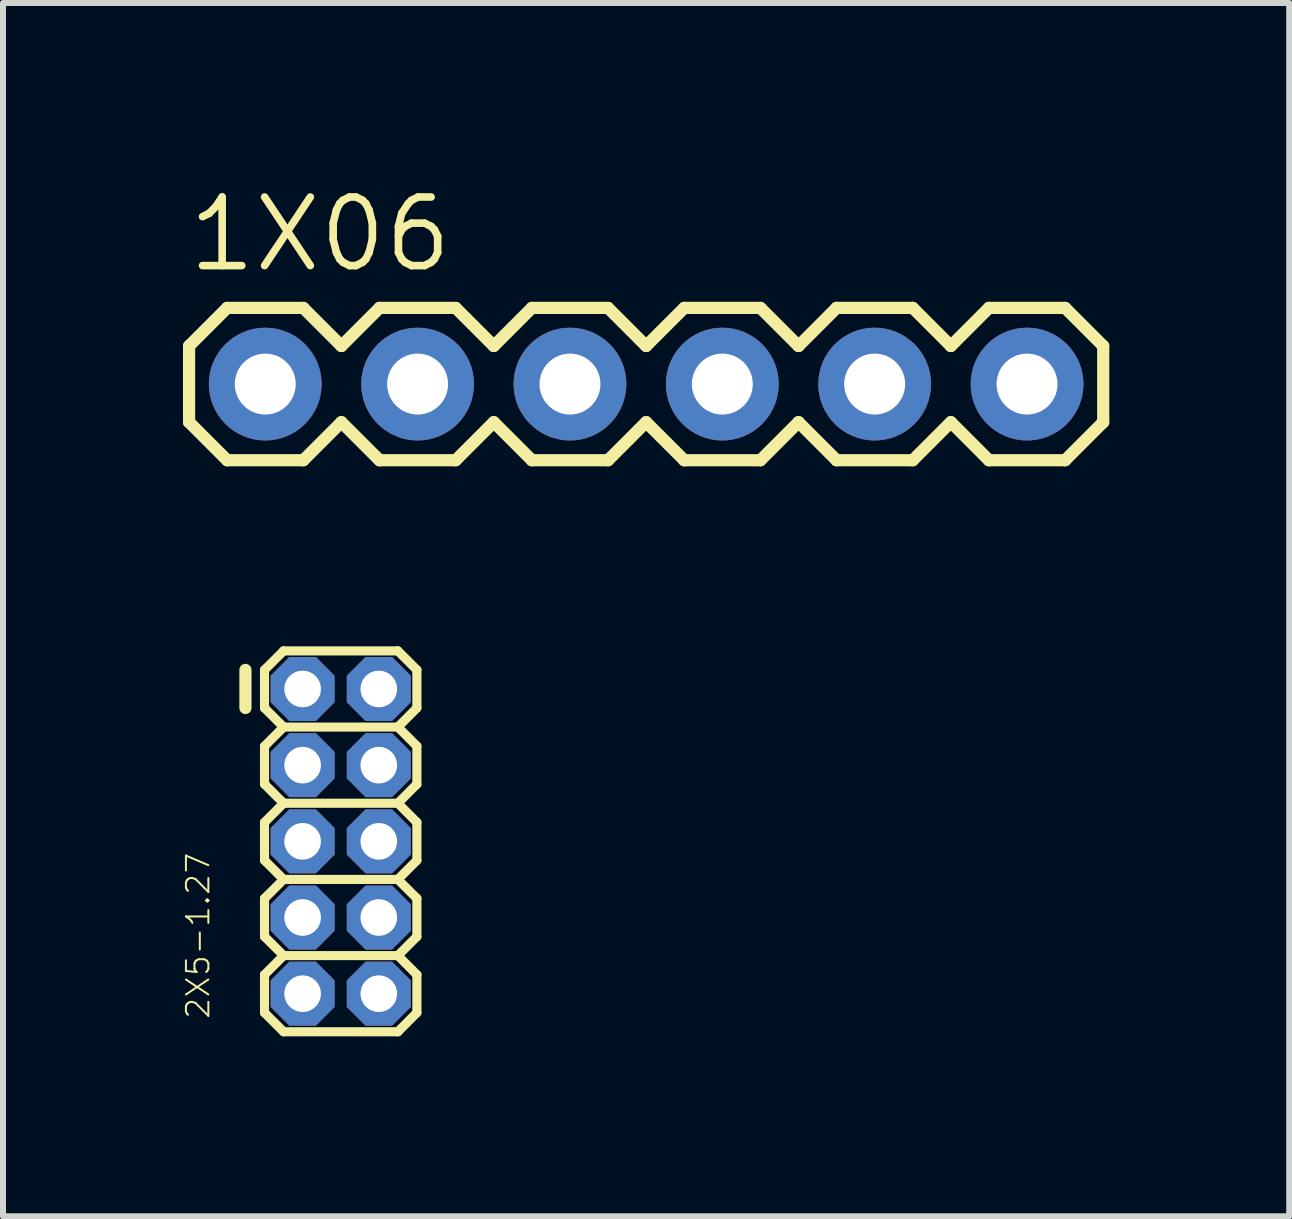
<source format=kicad_pcb>
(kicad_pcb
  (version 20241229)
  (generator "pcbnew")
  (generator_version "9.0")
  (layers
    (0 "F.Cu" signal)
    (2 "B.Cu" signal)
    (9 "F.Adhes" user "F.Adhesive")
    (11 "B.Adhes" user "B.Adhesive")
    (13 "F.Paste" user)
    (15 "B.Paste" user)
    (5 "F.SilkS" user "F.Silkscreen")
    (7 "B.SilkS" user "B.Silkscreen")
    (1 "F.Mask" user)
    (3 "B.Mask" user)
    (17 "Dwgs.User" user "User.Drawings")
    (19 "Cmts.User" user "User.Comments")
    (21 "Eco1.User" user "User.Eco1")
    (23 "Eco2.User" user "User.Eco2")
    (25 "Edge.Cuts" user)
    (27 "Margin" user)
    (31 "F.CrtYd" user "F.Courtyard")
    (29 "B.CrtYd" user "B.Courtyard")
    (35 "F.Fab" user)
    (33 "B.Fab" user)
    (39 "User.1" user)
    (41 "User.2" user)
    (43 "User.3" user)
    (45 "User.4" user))
  (footprint "2X5-1.27"
    (layer "F.Cu")
    (at 3.265 12.246)
    (property "Reference" "2X5-1.27" (at -2.794 1.714 90) (layer "F.SilkS") (effects (font (size 0.374 0.374) (thickness 0.033)) (justify left bottom)))
    (fp_line (start -2.223 -4.128) (end -2.223 -3.493) (stroke (width 0.203) (type solid)) (layer "F.SilkS"))
    (fp_line (start -1.905 -4.128) (end -1.905 -3.493) (stroke (width 0.152) (type solid)) (layer "F.SilkS"))
    (fp_line (start -1.905 -3.493) (end -1.587 -3.175) (stroke (width 0.152) (type solid)) (layer "F.SilkS"))
    (fp_line (start -1.905 -2.857) (end -1.905 -2.223) (stroke (width 0.152) (type solid)) (layer "F.SilkS"))
    (fp_line (start -1.905 -2.223) (end -1.587 -1.905) (stroke (width 0.152) (type solid)) (layer "F.SilkS"))
    (fp_line (start -1.905 -1.587) (end -1.905 -0.953) (stroke (width 0.152) (type solid)) (layer "F.SilkS"))
    (fp_line (start -1.905 -0.953) (end -1.587 -0.635) (stroke (width 0.152) (type solid)) (layer "F.SilkS"))
    (fp_line (start -1.905 -0.318) (end -1.905 0.318) (stroke (width 0.152) (type solid)) (layer "F.SilkS"))
    (fp_line (start -1.905 0.318) (end -1.587 0.635) (stroke (width 0.152) (type solid)) (layer "F.SilkS"))
    (fp_line (start -1.905 0.953) (end -1.905 1.587) (stroke (width 0.152) (type solid)) (layer "F.SilkS"))
    (fp_line (start -1.905 1.587) (end -1.587 1.905) (stroke (width 0.152) (type solid)) (layer "F.SilkS"))
    (fp_line (start -1.587 -4.445) (end -1.905 -4.128) (stroke (width 0.152) (type solid)) (layer "F.SilkS"))
    (fp_line (start -1.587 -4.445) (end 0.318 -4.445) (stroke (width 0.152) (type solid)) (layer "F.SilkS"))
    (fp_line (start -1.587 -3.175) (end -1.905 -2.857) (stroke (width 0.152) (type solid)) (layer "F.SilkS"))
    (fp_line (start -1.587 -1.905) (end -1.905 -1.587) (stroke (width 0.152) (type solid)) (layer "F.SilkS"))
    (fp_line (start -1.587 -0.635) (end -1.905 -0.318) (stroke (width 0.152) (type solid)) (layer "F.SilkS"))
    (fp_line (start -1.587 0.635) (end -1.905 0.953) (stroke (width 0.152) (type solid)) (layer "F.SilkS"))
    (fp_line (start 0.318 -4.445) (end 0.635 -4.128) (stroke (width 0.152) (type solid)) (layer "F.SilkS"))
    (fp_line (start 0.318 -3.175) (end -1.587 -3.175) (stroke (width 0.152) (type solid)) (layer "F.SilkS"))
    (fp_line (start 0.318 -3.175) (end 0.635 -2.857) (stroke (width 0.152) (type solid)) (layer "F.SilkS"))
    (fp_line (start 0.318 -1.905) (end -1.587 -1.905) (stroke (width 0.152) (type solid)) (layer "F.SilkS"))
    (fp_line (start 0.318 -1.905) (end 0.635 -1.587) (stroke (width 0.152) (type solid)) (layer "F.SilkS"))
    (fp_line (start 0.318 -0.635) (end -1.587 -0.635) (stroke (width 0.152) (type solid)) (layer "F.SilkS"))
    (fp_line (start 0.318 -0.635) (end 0.635 -0.318) (stroke (width 0.152) (type solid)) (layer "F.SilkS"))
    (fp_line (start 0.318 0.635) (end -1.587 0.635) (stroke (width 0.152) (type solid)) (layer "F.SilkS"))
    (fp_line (start 0.318 0.635) (end 0.635 0.953) (stroke (width 0.152) (type solid)) (layer "F.SilkS"))
    (fp_line (start 0.318 1.905) (end -1.587 1.905) (stroke (width 0.152) (type solid)) (layer "F.SilkS"))
    (fp_line (start 0.635 -4.128) (end 0.635 -3.493) (stroke (width 0.152) (type solid)) (layer "F.SilkS"))
    (fp_line (start 0.635 -3.493) (end 0.318 -3.175) (stroke (width 0.152) (type solid)) (layer "F.SilkS"))
    (fp_line (start 0.635 -2.857) (end 0.635 -2.223) (stroke (width 0.152) (type solid)) (layer "F.SilkS"))
    (fp_line (start 0.635 -2.223) (end 0.318 -1.905) (stroke (width 0.152) (type solid)) (layer "F.SilkS"))
    (fp_line (start 0.635 -1.587) (end 0.635 -0.953) (stroke (width 0.152) (type solid)) (layer "F.SilkS"))
    (fp_line (start 0.635 -0.953) (end 0.318 -0.635) (stroke (width 0.152) (type solid)) (layer "F.SilkS"))
    (fp_line (start 0.635 -0.318) (end 0.635 0.318) (stroke (width 0.152) (type solid)) (layer "F.SilkS"))
    (fp_line (start 0.635 0.318) (end 0.318 0.635) (stroke (width 0.152) (type solid)) (layer "F.SilkS"))
    (fp_line (start 0.635 0.953) (end 0.635 1.587) (stroke (width 0.152) (type solid)) (layer "F.SilkS"))
    (fp_line (start 0.635 1.587) (end 0.318 1.905) (stroke (width 0.152) (type solid)) (layer "F.SilkS"))
    (fp_poly (pts (xy -1.397 -3.683) (xy -1.143 -3.683) (xy -1.143 -3.937) (xy -1.397 -3.937)) (stroke (width 0.1) (type default)) (fill no) (layer "F.Fab"))
    (fp_poly (pts (xy -1.397 -2.413) (xy -1.143 -2.413) (xy -1.143 -2.667) (xy -1.397 -2.667)) (stroke (width 0.1) (type default)) (fill no) (layer "F.Fab"))
    (fp_poly (pts (xy -1.397 -1.143) (xy -1.143 -1.143) (xy -1.143 -1.397) (xy -1.397 -1.397)) (stroke (width 0.1) (type default)) (fill no) (layer "F.Fab"))
    (fp_poly (pts (xy -1.397 0.127) (xy -1.143 0.127) (xy -1.143 -0.127) (xy -1.397 -0.127)) (stroke (width 0.1) (type default)) (fill no) (layer "F.Fab"))
    (fp_poly (pts (xy -1.397 1.397) (xy -1.143 1.397) (xy -1.143 1.143) (xy -1.397 1.143)) (stroke (width 0.1) (type default)) (fill no) (layer "F.Fab"))
    (fp_poly (pts (xy -0.127 -3.683) (xy 0.127 -3.683) (xy 0.127 -3.937) (xy -0.127 -3.937)) (stroke (width 0.1) (type default)) (fill no) (layer "F.Fab"))
    (fp_poly (pts (xy -0.127 -2.413) (xy 0.127 -2.413) (xy 0.127 -2.667) (xy -0.127 -2.667)) (stroke (width 0.1) (type default)) (fill no) (layer "F.Fab"))
    (fp_poly (pts (xy -0.127 -1.143) (xy 0.127 -1.143) (xy 0.127 -1.397) (xy -0.127 -1.397)) (stroke (width 0.1) (type default)) (fill no) (layer "F.Fab"))
    (fp_poly (pts (xy -0.127 0.127) (xy 0.127 0.127) (xy 0.127 -0.127) (xy -0.127 -0.127)) (stroke (width 0.1) (type default)) (fill no) (layer "F.Fab"))
    (fp_poly (pts (xy -0.127 1.397) (xy 0.127 1.397) (xy 0.127 1.143) (xy -0.127 1.143)) (stroke (width 0.1) (type default)) (fill no) (layer "F.Fab"))
    (pad "1" thru_hole roundrect (at -1.27 -3.81 270) (size 1.067 1.067) (drill 0.61) (layers "*.Cu" "*.Mask") (roundrect_rratio 0.25) (chamfer_ratio 0.293) (chamfer top_left top_right bottom_left bottom_right))
    (pad "2" thru_hole roundrect (at 0 -3.81 270) (size 1.067 1.067) (drill 0.61) (layers "*.Cu" "*.Mask") (roundrect_rratio 0.25) (chamfer_ratio 0.293) (chamfer top_left top_right bottom_left bottom_right))
    (pad "3" thru_hole roundrect (at -1.27 -2.54 270) (size 1.067 1.067) (drill 0.61) (layers "*.Cu" "*.Mask") (roundrect_rratio 0.25) (chamfer_ratio 0.293) (chamfer top_left top_right bottom_left bottom_right))
    (pad "4" thru_hole roundrect (at 0 -2.54 270) (size 1.067 1.067) (drill 0.61) (layers "*.Cu" "*.Mask") (roundrect_rratio 0.25) (chamfer_ratio 0.293) (chamfer top_left top_right bottom_left bottom_right))
    (pad "5" thru_hole roundrect (at -1.27 -1.27 270) (size 1.067 1.067) (drill 0.61) (layers "*.Cu" "*.Mask") (roundrect_rratio 0.25) (chamfer_ratio 0.293) (chamfer top_left top_right bottom_left bottom_right))
    (pad "6" thru_hole roundrect (at 0 -1.27 270) (size 1.067 1.067) (drill 0.61) (layers "*.Cu" "*.Mask") (roundrect_rratio 0.25) (chamfer_ratio 0.293) (chamfer top_left top_right bottom_left bottom_right))
    (pad "7" thru_hole roundrect (at -1.27 0 270) (size 1.067 1.067) (drill 0.61) (layers "*.Cu" "*.Mask") (roundrect_rratio 0.25) (chamfer_ratio 0.293) (chamfer top_left top_right bottom_left bottom_right))
    (pad "8" thru_hole roundrect (at 0 0 270) (size 1.067 1.067) (drill 0.61) (layers "*.Cu" "*.Mask") (roundrect_rratio 0.25) (chamfer_ratio 0.293) (chamfer top_left top_right bottom_left bottom_right))
    (pad "9" thru_hole roundrect (at -1.27 1.27 270) (size 1.067 1.067) (drill 0.61) (layers "*.Cu" "*.Mask") (roundrect_rratio 0.25) (chamfer_ratio 0.293) (chamfer top_left top_right bottom_left bottom_right))
    (pad "10" thru_hole roundrect (at 0 1.27 270) (size 1.067 1.067) (drill 0.61) (layers "*.Cu" "*.Mask") (roundrect_rratio 0.25) (chamfer_ratio 0.293) (chamfer top_left top_right bottom_left bottom_right)))
  (footprint "1X06"
    (layer "F.Cu")
    (at 1.372 3.353)
    (property "Reference" "1X06" (at -1.346 -1.829 0) (layer "F.SilkS") (effects (font (size 1.143 1.143) (thickness 0.127)) (justify left bottom)))
    (fp_line (start -1.27 -0.635) (end -1.27 0.635) (stroke (width 0.203) (type solid)) (layer "F.SilkS"))
    (fp_line (start -1.27 0.635) (end -0.635 1.27) (stroke (width 0.203) (type solid)) (layer "F.SilkS"))
    (fp_line (start -0.635 -1.27) (end -1.27 -0.635) (stroke (width 0.203) (type solid)) (layer "F.SilkS"))
    (fp_line (start -0.635 -1.27) (end 0.635 -1.27) (stroke (width 0.203) (type solid)) (layer "F.SilkS"))
    (fp_line (start 0.635 -1.27) (end 1.27 -0.635) (stroke (width 0.203) (type solid)) (layer "F.SilkS"))
    (fp_line (start 0.635 1.27) (end -0.635 1.27) (stroke (width 0.203) (type solid)) (layer "F.SilkS"))
    (fp_line (start 1.27 -0.635) (end 1.905 -1.27) (stroke (width 0.203) (type solid)) (layer "F.SilkS"))
    (fp_line (start 1.27 0.635) (end 0.635 1.27) (stroke (width 0.203) (type solid)) (layer "F.SilkS"))
    (fp_line (start 1.905 -1.27) (end 3.175 -1.27) (stroke (width 0.203) (type solid)) (layer "F.SilkS"))
    (fp_line (start 1.905 1.27) (end 1.27 0.635) (stroke (width 0.203) (type solid)) (layer "F.SilkS"))
    (fp_line (start 3.175 -1.27) (end 3.81 -0.635) (stroke (width 0.203) (type solid)) (layer "F.SilkS"))
    (fp_line (start 3.175 1.27) (end 1.905 1.27) (stroke (width 0.203) (type solid)) (layer "F.SilkS"))
    (fp_line (start 3.81 -0.635) (end 4.445 -1.27) (stroke (width 0.203) (type solid)) (layer "F.SilkS"))
    (fp_line (start 3.81 0.635) (end 3.175 1.27) (stroke (width 0.203) (type solid)) (layer "F.SilkS"))
    (fp_line (start 4.445 -1.27) (end 5.715 -1.27) (stroke (width 0.203) (type solid)) (layer "F.SilkS"))
    (fp_line (start 4.445 1.27) (end 3.81 0.635) (stroke (width 0.203) (type solid)) (layer "F.SilkS"))
    (fp_line (start 5.715 -1.27) (end 6.35 -0.635) (stroke (width 0.203) (type solid)) (layer "F.SilkS"))
    (fp_line (start 5.715 1.27) (end 4.445 1.27) (stroke (width 0.203) (type solid)) (layer "F.SilkS"))
    (fp_line (start 6.35 0.635) (end 5.715 1.27) (stroke (width 0.203) (type solid)) (layer "F.SilkS"))
    (fp_line (start 6.35 0.635) (end 6.985 1.27) (stroke (width 0.203) (type solid)) (layer "F.SilkS"))
    (fp_line (start 6.985 -1.27) (end 6.35 -0.635) (stroke (width 0.203) (type solid)) (layer "F.SilkS"))
    (fp_line (start 6.985 -1.27) (end 8.255 -1.27) (stroke (width 0.203) (type solid)) (layer "F.SilkS"))
    (fp_line (start 8.255 -1.27) (end 8.89 -0.635) (stroke (width 0.203) (type solid)) (layer "F.SilkS"))
    (fp_line (start 8.255 1.27) (end 6.985 1.27) (stroke (width 0.203) (type solid)) (layer "F.SilkS"))
    (fp_line (start 8.89 -0.635) (end 9.525 -1.27) (stroke (width 0.203) (type solid)) (layer "F.SilkS"))
    (fp_line (start 8.89 0.635) (end 8.255 1.27) (stroke (width 0.203) (type solid)) (layer "F.SilkS"))
    (fp_line (start 9.525 -1.27) (end 10.795 -1.27) (stroke (width 0.203) (type solid)) (layer "F.SilkS"))
    (fp_line (start 9.525 1.27) (end 8.89 0.635) (stroke (width 0.203) (type solid)) (layer "F.SilkS"))
    (fp_line (start 10.795 -1.27) (end 11.43 -0.635) (stroke (width 0.203) (type solid)) (layer "F.SilkS"))
    (fp_line (start 10.795 1.27) (end 9.525 1.27) (stroke (width 0.203) (type solid)) (layer "F.SilkS"))
    (fp_line (start 11.43 -0.635) (end 12.065 -1.27) (stroke (width 0.203) (type solid)) (layer "F.SilkS"))
    (fp_line (start 11.43 0.635) (end 10.795 1.27) (stroke (width 0.203) (type solid)) (layer "F.SilkS"))
    (fp_line (start 12.065 -1.27) (end 13.335 -1.27) (stroke (width 0.203) (type solid)) (layer "F.SilkS"))
    (fp_line (start 12.065 1.27) (end 11.43 0.635) (stroke (width 0.203) (type solid)) (layer "F.SilkS"))
    (fp_line (start 13.335 -1.27) (end 13.97 -0.635) (stroke (width 0.203) (type solid)) (layer "F.SilkS"))
    (fp_line (start 13.335 1.27) (end 12.065 1.27) (stroke (width 0.203) (type solid)) (layer "F.SilkS"))
    (fp_line (start 13.97 -0.635) (end 13.97 0.635) (stroke (width 0.203) (type solid)) (layer "F.SilkS"))
    (fp_line (start 13.97 0.635) (end 13.335 1.27) (stroke (width 0.203) (type solid)) (layer "F.SilkS"))
    (fp_poly (pts (xy -0.254 0.254) (xy 0.254 0.254) (xy 0.254 -0.254) (xy -0.254 -0.254)) (stroke (width 0.1) (type default)) (fill no) (layer "F.Fab"))
    (fp_poly (pts (xy 2.286 0.254) (xy 2.794 0.254) (xy 2.794 -0.254) (xy 2.286 -0.254)) (stroke (width 0.1) (type default)) (fill no) (layer "F.Fab"))
    (fp_poly (pts (xy 4.826 0.254) (xy 5.334 0.254) (xy 5.334 -0.254) (xy 4.826 -0.254)) (stroke (width 0.1) (type default)) (fill no) (layer "F.Fab"))
    (fp_poly (pts (xy 7.366 0.254) (xy 7.874 0.254) (xy 7.874 -0.254) (xy 7.366 -0.254)) (stroke (width 0.1) (type default)) (fill no) (layer "F.Fab"))
    (fp_poly (pts (xy 9.906 0.254) (xy 10.414 0.254) (xy 10.414 -0.254) (xy 9.906 -0.254)) (stroke (width 0.1) (type default)) (fill no) (layer "F.Fab"))
    (fp_poly (pts (xy 12.446 0.254) (xy 12.954 0.254) (xy 12.954 -0.254) (xy 12.446 -0.254)) (stroke (width 0.1) (type default)) (fill no) (layer "F.Fab"))
    (pad "1" thru_hole circle (at 0 0 90) (size 1.88 1.88) (drill 1.016) (layers "*.Cu" "*.Mask"))
    (pad "2" thru_hole circle (at 2.54 0 90) (size 1.88 1.88) (drill 1.016) (layers "*.Cu" "*.Mask"))
    (pad "3" thru_hole circle (at 5.08 0 90) (size 1.88 1.88) (drill 1.016) (layers "*.Cu" "*.Mask"))
    (pad "4" thru_hole circle (at 7.62 0 90) (size 1.88 1.88) (drill 1.016) (layers "*.Cu" "*.Mask"))
    (pad "5" thru_hole circle (at 10.16 0 90) (size 1.88 1.88) (drill 1.016) (layers "*.Cu" "*.Mask"))
    (pad "6" thru_hole circle (at 12.7 0 90) (size 1.88 1.88) (drill 1.016) (layers "*.Cu" "*.Mask")))
  (gr_rect
    (start -3 -3)
    (end 18.443 17.227)
    (stroke (width 0.1) (type default))
    (fill no)
    (layer "Edge.Cuts")))
</source>
